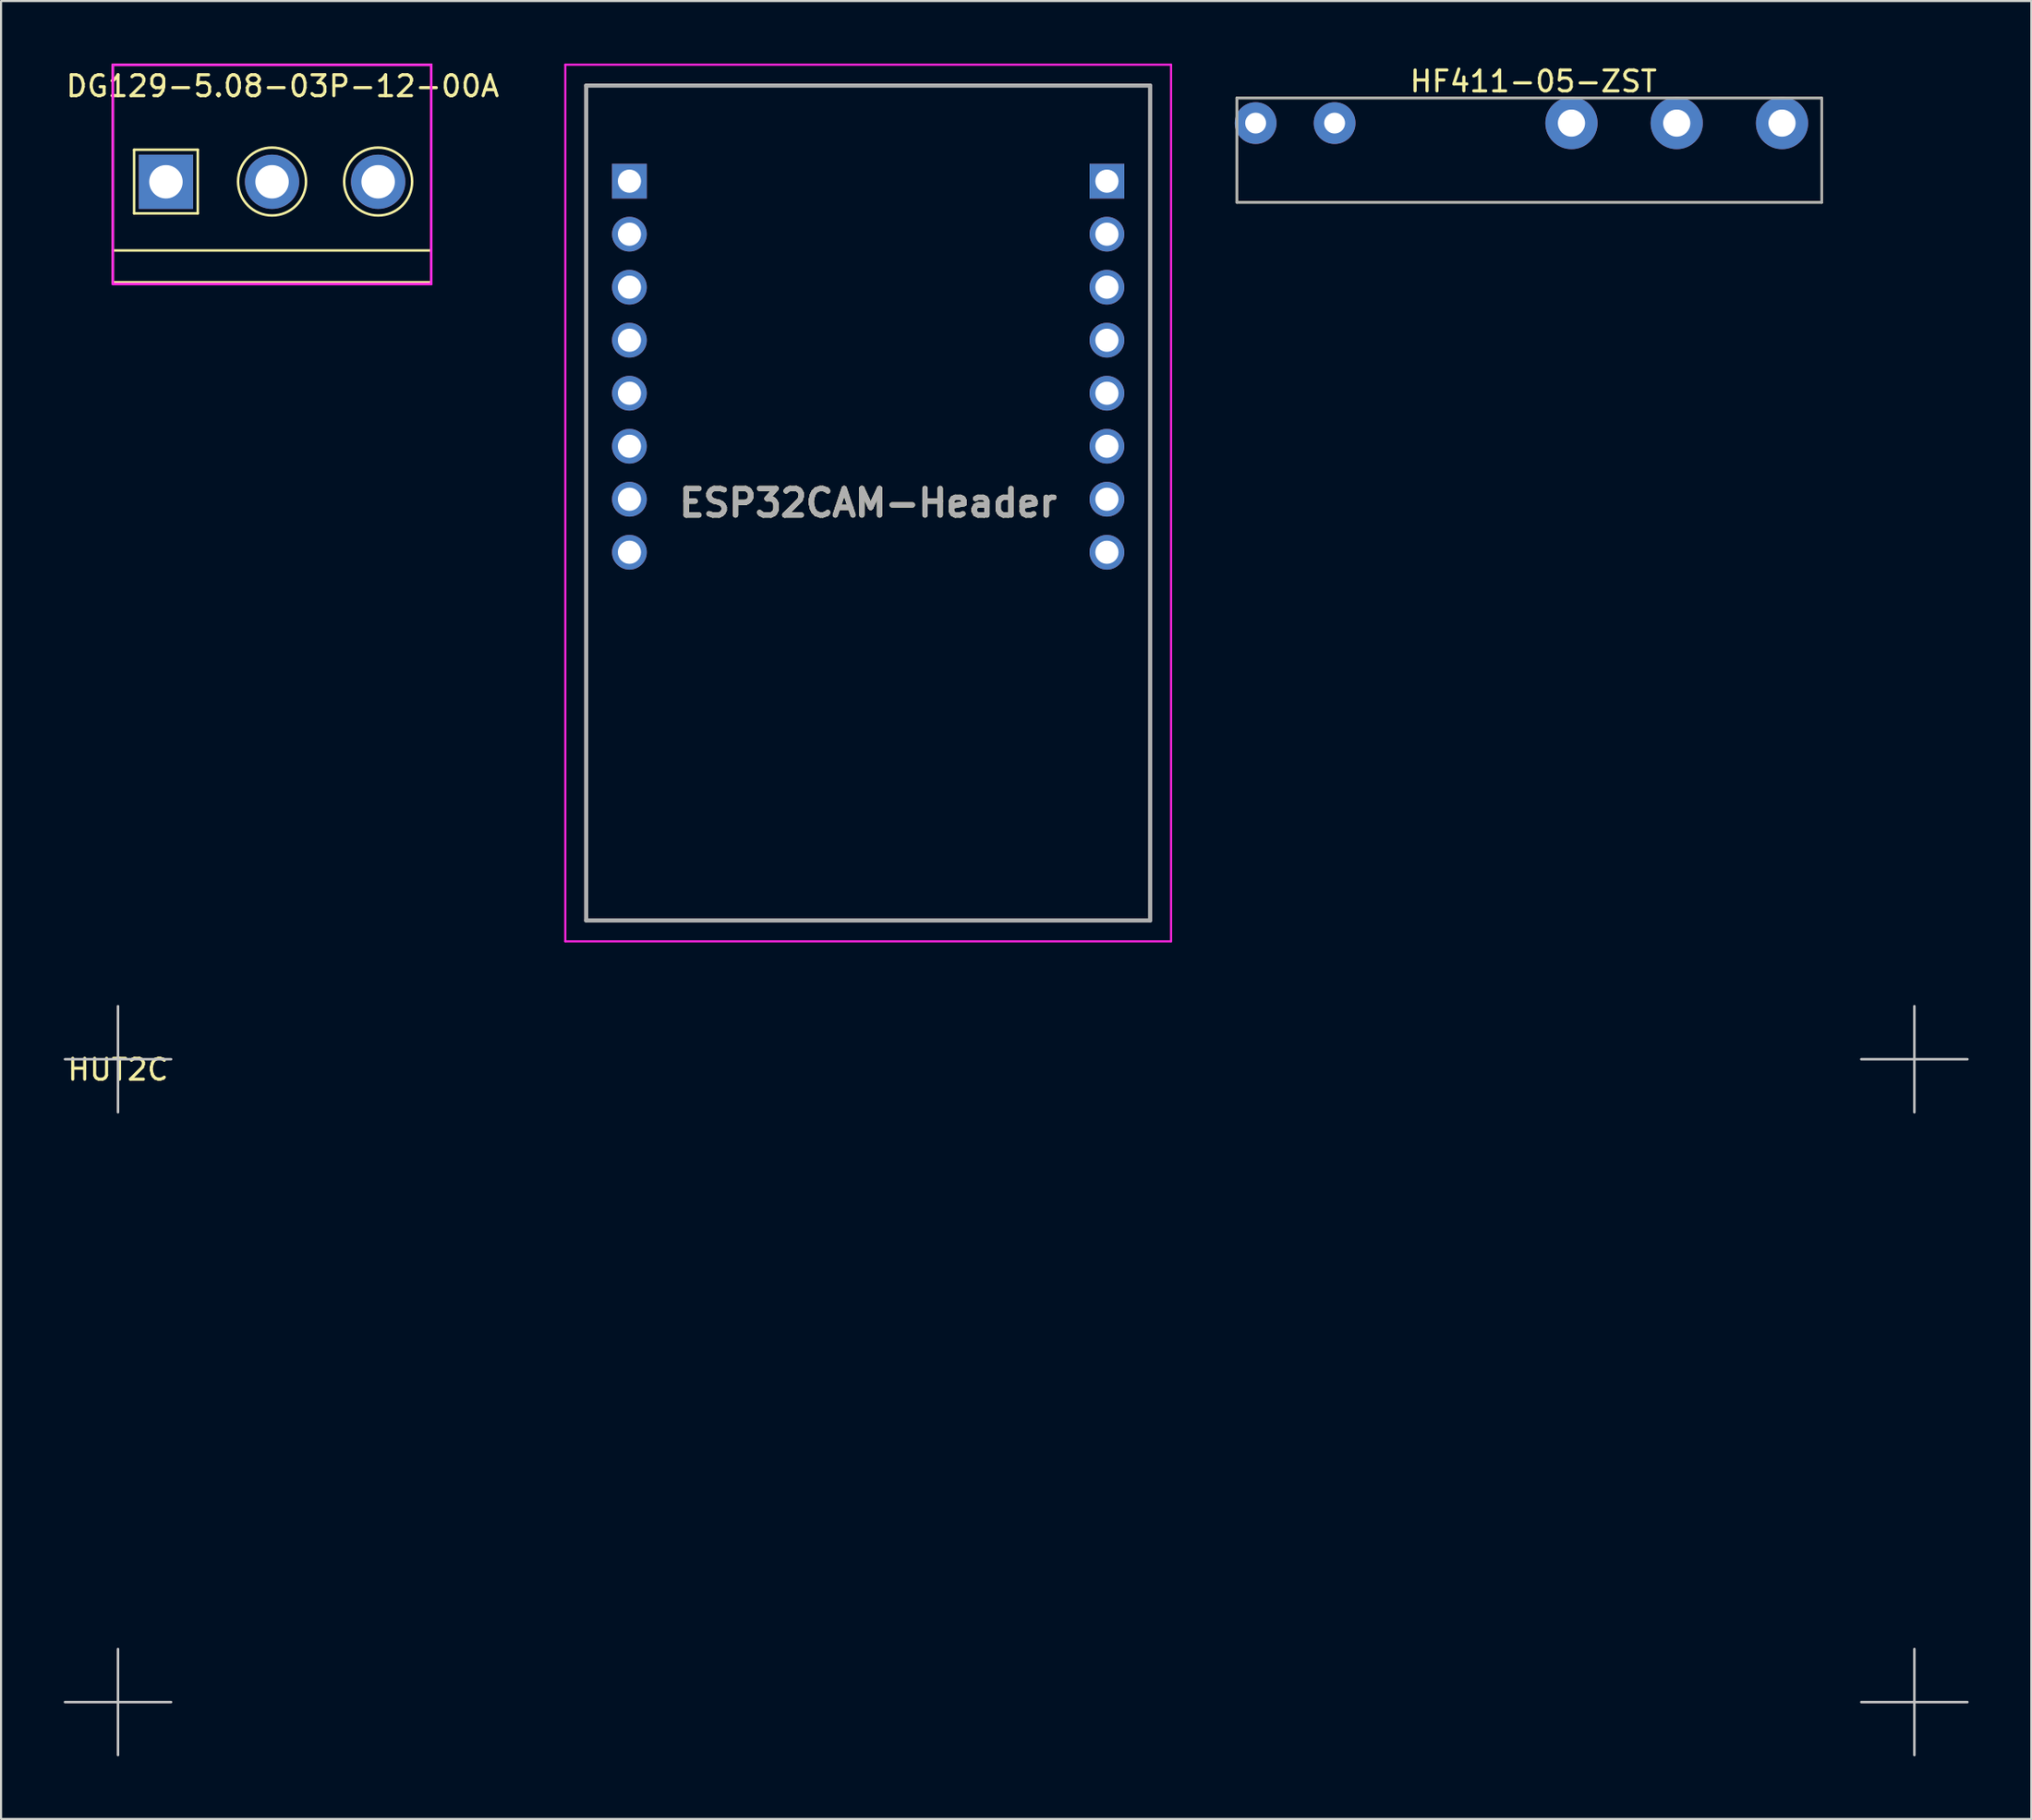
<source format=kicad_pcb>
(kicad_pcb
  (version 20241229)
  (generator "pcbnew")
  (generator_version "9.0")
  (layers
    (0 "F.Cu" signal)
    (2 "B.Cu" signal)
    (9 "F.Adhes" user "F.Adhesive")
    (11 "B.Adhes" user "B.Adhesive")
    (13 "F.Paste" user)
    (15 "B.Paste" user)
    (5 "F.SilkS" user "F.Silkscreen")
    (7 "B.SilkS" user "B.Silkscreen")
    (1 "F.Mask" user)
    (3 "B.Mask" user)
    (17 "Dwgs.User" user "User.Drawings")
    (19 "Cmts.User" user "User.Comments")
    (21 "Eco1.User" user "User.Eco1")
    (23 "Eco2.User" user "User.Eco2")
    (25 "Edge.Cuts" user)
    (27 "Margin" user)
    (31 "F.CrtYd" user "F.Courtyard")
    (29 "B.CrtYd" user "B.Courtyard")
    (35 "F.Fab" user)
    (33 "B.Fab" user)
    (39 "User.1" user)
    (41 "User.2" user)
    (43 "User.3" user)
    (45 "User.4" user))
  (footprint "HUT2C"
    (layer "F.Cu")
    (at 2.6 47.7)
    (property "Reference" "HUT2C" (at 0 0.5 0) (layer "F.SilkS") (effects (font (size 1 1) (thickness 0.15))))
    (attr through_hole)
    (fp_line (start -2.54 0) (end 2.54 0) (stroke (width 0.12) (type solid)) (layer "Dwgs.User"))
    (fp_line (start -2.54 30.8) (end 2.54 30.8) (stroke (width 0.12) (type solid)) (layer "Dwgs.User"))
    (fp_line (start 0 -2.54) (end 0 2.54) (stroke (width 0.12) (type solid)) (layer "Dwgs.User"))
    (fp_line (start 0 28.26) (end 0 33.34) (stroke (width 0.12) (type solid)) (layer "Dwgs.User"))
    (fp_line (start 83.46 0) (end 88.54 0) (stroke (width 0.12) (type solid)) (layer "Dwgs.User"))
    (fp_line (start 83.46 30.8) (end 88.54 30.8) (stroke (width 0.12) (type solid)) (layer "Dwgs.User"))
    (fp_line (start 86 -2.54) (end 86 2.54) (stroke (width 0.12) (type solid)) (layer "Dwgs.User"))
    (fp_line (start 86 28.26) (end 86 33.34) (stroke (width 0.12) (type solid)) (layer "Dwgs.User")))
  (footprint "DG129-5.08-03P-12-00A"
    (layer "F.Cu")
    (at 4.894 5.66)
    (property "Reference" "DG129-5.08-03P-12-00A" (at 5.588 -4.584 0) (layer "F.SilkS") (effects (font (size 1 1) (thickness 0.15))))
    (attr through_hole)
    (fp_line (start -2.54 -5.6) (end 12.7 -5.6) (stroke (width 0.12) (type solid)) (layer "F.SilkS"))
    (fp_line (start -2.54 3.29) (end 12.7 3.29) (stroke (width 0.12) (type solid)) (layer "F.SilkS"))
    (fp_line (start -2.54 4.814) (end -2.54 -5.6) (stroke (width 0.12) (type solid)) (layer "F.SilkS"))
    (fp_line (start -1.524 -1.536) (end 1.524 -1.536) (stroke (width 0.12) (type solid)) (layer "F.SilkS"))
    (fp_line (start -1.524 1.512) (end -1.524 -1.536) (stroke (width 0.12) (type solid)) (layer "F.SilkS"))
    (fp_line (start 1.524 -1.536) (end 1.524 1.512) (stroke (width 0.12) (type solid)) (layer "F.SilkS"))
    (fp_line (start 1.524 1.512) (end -1.524 1.512) (stroke (width 0.12) (type solid)) (layer "F.SilkS"))
    (fp_line (start 12.7 -5.6) (end 12.7 4.814) (stroke (width 0.12) (type solid)) (layer "F.SilkS"))
    (fp_line (start 12.7 4.814) (end -2.54 4.814) (stroke (width 0.12) (type solid)) (layer "F.SilkS"))
    (fp_circle (center 5.08 -0.012) (end 6.35 -1.028) (stroke (width 0.12) (type solid)) (fill no) (layer "F.SilkS"))
    (fp_circle (center 10.16 -0.012) (end 11.43 -1.028) (stroke (width 0.12) (type solid)) (fill no) (layer "F.SilkS"))
    (fp_line (start -2.54 -5.6) (end 12.7 -5.6) (stroke (width 0.12) (type solid)) (layer "F.CrtYd"))
    (fp_line (start -2.54 4.9) (end -2.54 -5.6) (stroke (width 0.12) (type solid)) (layer "F.CrtYd"))
    (fp_line (start 12.7 -5.6) (end 12.7 4.9) (stroke (width 0.12) (type solid)) (layer "F.CrtYd"))
    (fp_line (start 12.7 4.9) (end -2.54 4.9) (stroke (width 0.12) (type solid)) (layer "F.CrtYd"))
    (pad "1" thru_hole rect (at 0 0) (size 2.6 2.6) (drill 1.6) (layers "*.Cu" "*.Mask"))
    (pad "2" thru_hole circle (at 5.08 0) (size 2.6 2.6) (drill 1.6) (layers "*.Cu" "*.Mask"))
    (pad "3" thru_hole circle (at 10.16 0) (size 2.6 2.6) (drill 1.6) (layers "*.Cu" "*.Mask")))
  (footprint "ESP32CAM-Header"
    (layer "F.Cu")
    (at 27.084 23.41)
    (property "Reference" "ESP32CAM-Header" (at 11.43 -2.36 0) (layer "F.SilkS") (effects (font (size 1.27 1.27) (thickness 0.254))))
    (attr through_hole)
    (fp_line (start -2.07 -22.36) (end -2.07 17.64) (stroke (width 0.1) (type solid)) (layer "F.SilkS"))
    (fp_line (start -2.07 17.64) (end 24.93 17.64) (stroke (width 0.1) (type solid)) (layer "F.SilkS"))
    (fp_line (start 24.93 -22.36) (end -2.07 -22.36) (stroke (width 0.1) (type solid)) (layer "F.SilkS"))
    (fp_line (start 24.93 17.64) (end 24.93 -22.36) (stroke (width 0.1) (type solid)) (layer "F.SilkS"))
    (fp_line (start -3.07 -23.36) (end -3.07 18.64) (stroke (width 0.1) (type solid)) (layer "F.CrtYd"))
    (fp_line (start -3.07 18.64) (end 25.93 18.64) (stroke (width 0.1) (type solid)) (layer "F.CrtYd"))
    (fp_line (start 25.93 -23.36) (end -3.07 -23.36) (stroke (width 0.1) (type solid)) (layer "F.CrtYd"))
    (fp_line (start 25.93 18.64) (end 25.93 -23.36) (stroke (width 0.1) (type solid)) (layer "F.CrtYd"))
    (fp_line (start -2.07 -22.36) (end -2.07 17.64) (stroke (width 0.2) (type solid)) (layer "F.Fab"))
    (fp_line (start -2.07 17.64) (end 24.93 17.64) (stroke (width 0.2) (type solid)) (layer "F.Fab"))
    (fp_line (start 24.93 -22.36) (end -2.07 -22.36) (stroke (width 0.2) (type solid)) (layer "F.Fab"))
    (fp_line (start 24.93 17.64) (end 24.93 -22.36) (stroke (width 0.2) (type solid)) (layer "F.Fab"))
    (fp_text user "${REFERENCE}" (at 11.43 -2.36 0) (layer "F.Fab") (effects (font (size 1.27 1.27) (thickness 0.254))))
    (pad "1" thru_hole circle (at 0 0) (size 1.665 1.665) (drill 1.11) (layers "*.Cu" "*.Mask"))
    (pad "2" thru_hole circle (at 0 -2.54) (size 1.665 1.665) (drill 1.11) (layers "*.Cu" "*.Mask"))
    (pad "3" thru_hole circle (at 0 -5.08) (size 1.665 1.665) (drill 1.11) (layers "*.Cu" "*.Mask"))
    (pad "4" thru_hole circle (at 0 -7.62) (size 1.665 1.665) (drill 1.11) (layers "*.Cu" "*.Mask"))
    (pad "5" thru_hole circle (at 0 -10.16) (size 1.665 1.665) (drill 1.11) (layers "*.Cu" "*.Mask"))
    (pad "6" thru_hole circle (at 0 -12.7) (size 1.665 1.665) (drill 1.11) (layers "*.Cu" "*.Mask"))
    (pad "7" thru_hole circle (at 0 -15.24) (size 1.665 1.665) (drill 1.11) (layers "*.Cu" "*.Mask"))
    (pad "8" thru_hole rect (at 0 -17.78) (size 1.665 1.665) (drill 1.11) (layers "*.Cu" "*.Mask"))
    (pad "9" thru_hole rect (at 22.86 -17.78) (size 1.665 1.665) (drill 1.11) (layers "*.Cu" "*.Mask"))
    (pad "10" thru_hole circle (at 22.86 -15.24) (size 1.665 1.665) (drill 1.11) (layers "*.Cu" "*.Mask"))
    (pad "11" thru_hole circle (at 22.86 -12.7) (size 1.665 1.665) (drill 1.11) (layers "*.Cu" "*.Mask"))
    (pad "12" thru_hole circle (at 22.86 -10.16) (size 1.665 1.665) (drill 1.11) (layers "*.Cu" "*.Mask"))
    (pad "13" thru_hole circle (at 22.86 -7.62) (size 1.665 1.665) (drill 1.11) (layers "*.Cu" "*.Mask"))
    (pad "14" thru_hole circle (at 22.86 -5.08) (size 1.665 1.665) (drill 1.11) (layers "*.Cu" "*.Mask"))
    (pad "15" thru_hole circle (at 22.86 -2.54) (size 1.665 1.665) (drill 1.11) (layers "*.Cu" "*.Mask"))
    (pad "16" thru_hole circle (at 22.86 0) (size 1.665 1.665) (drill 1.11) (layers "*.Cu" "*.Mask")))
  (footprint "HF411-05-ZST"
    (layer "F.Cu")
    (at 57.064 2.848)
    (property "Reference" "HF411-05-ZST" (at 13.3 -2 0) (layer "F.SilkS") (effects (font (size 1 1) (thickness 0.15))))
    (attr through_hole)
    (fp_line (start -0.9 -1.2) (end -0.9 3.8) (stroke (width 0.12) (type solid)) (layer "F.SilkS"))
    (fp_line (start -0.9 -1.2) (end 27.1 -1.2) (stroke (width 0.12) (type solid)) (layer "F.SilkS"))
    (fp_line (start 27.1 -1.2) (end 27.1 3.8) (stroke (width 0.12) (type solid)) (layer "F.SilkS"))
    (fp_line (start 27.1 3.8) (end -0.9 3.8) (stroke (width 0.12) (type solid)) (layer "F.SilkS"))
    (fp_line (start -0.9 -1.2) (end 27.1 -1.2) (stroke (width 0.12) (type solid)) (layer "F.Fab"))
    (fp_line (start -0.9 3.8) (end -0.9 -1.2) (stroke (width 0.12) (type solid)) (layer "F.Fab"))
    (fp_line (start 27.1 -1.2) (end 27.1 3.8) (stroke (width 0.12) (type solid)) (layer "F.Fab"))
    (fp_line (start 27.1 3.8) (end -0.9 3.8) (stroke (width 0.12) (type solid)) (layer "F.Fab"))
    (pad "1" thru_hole circle (at 0 0) (size 2 2) (drill 1) (layers "*.Cu" "*.Mask"))
    (pad "2" thru_hole circle (at 3.78 0) (size 2 2) (drill 1) (layers "*.Cu" "*.Mask"))
    (pad "3" thru_hole circle (at 15.12 0) (size 2.5 2.5) (drill 1.3) (layers "*.Cu" "*.Mask"))
    (pad "4" thru_hole circle (at 20.16 0) (size 2.5 2.5) (drill 1.3) (layers "*.Cu" "*.Mask"))
    (pad "5" thru_hole circle (at 25.2 0) (size 2.5 2.5) (drill 1.3) (layers "*.Cu" "*.Mask")))
  (gr_rect
    (start -3 -3)
    (end 94.2 84.1)
    (stroke (width 0.1) (type default))
    (fill no)
    (layer "Edge.Cuts")))
</source>
